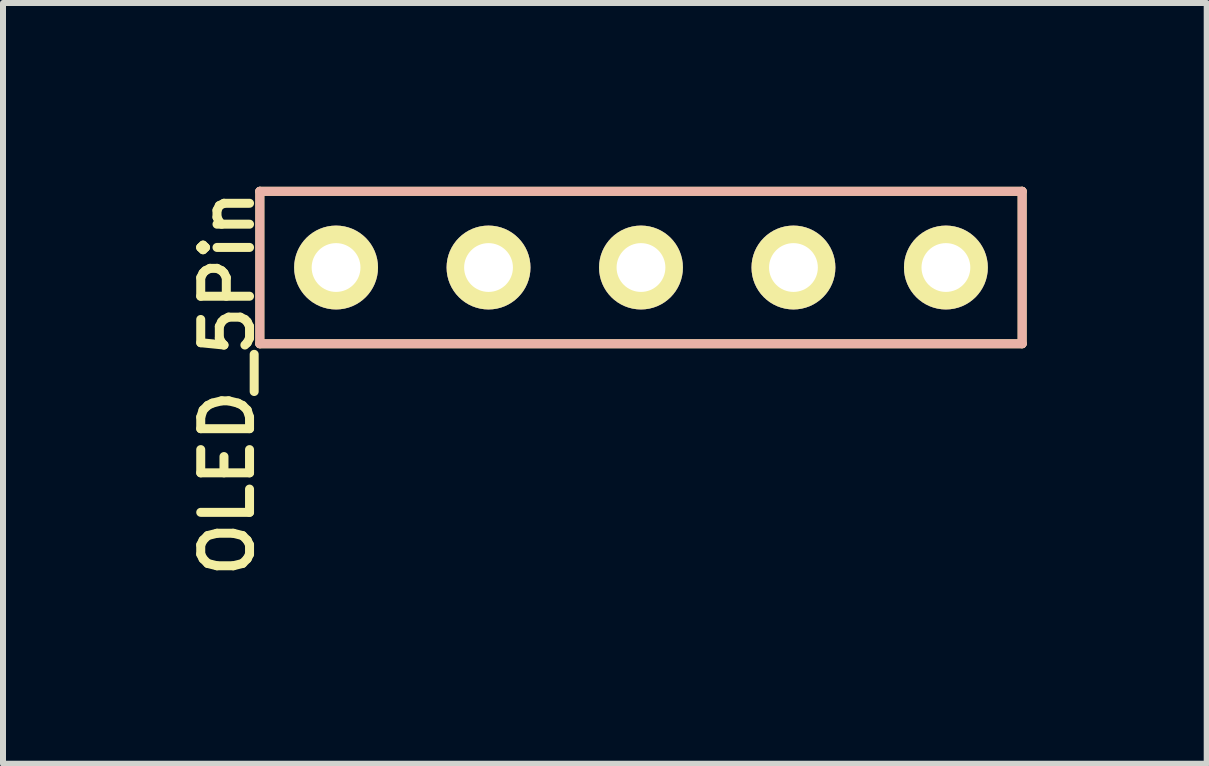
<source format=kicad_pcb>
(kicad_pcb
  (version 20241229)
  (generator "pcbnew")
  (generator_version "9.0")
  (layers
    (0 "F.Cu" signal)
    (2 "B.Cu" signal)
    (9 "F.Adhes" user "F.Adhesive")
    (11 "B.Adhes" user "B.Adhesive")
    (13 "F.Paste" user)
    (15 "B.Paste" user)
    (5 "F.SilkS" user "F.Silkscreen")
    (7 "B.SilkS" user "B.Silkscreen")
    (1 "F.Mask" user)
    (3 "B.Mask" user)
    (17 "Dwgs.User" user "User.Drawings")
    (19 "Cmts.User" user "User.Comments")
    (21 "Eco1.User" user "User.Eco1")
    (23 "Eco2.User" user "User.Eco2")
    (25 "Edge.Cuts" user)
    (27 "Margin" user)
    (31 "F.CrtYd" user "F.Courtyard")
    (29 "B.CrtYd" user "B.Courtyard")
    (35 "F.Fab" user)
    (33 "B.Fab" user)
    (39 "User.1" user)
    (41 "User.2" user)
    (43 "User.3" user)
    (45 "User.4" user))
  (footprint "OLED_5Pin"
    (layer "F.Cu")
    (at 5.089 1.407)
    (property "Reference" "OLED_5Pin" (at -4.35 1.93 90) (layer "F.SilkS") (effects (font (size 0.813 0.813) (thickness 0.15))))
    (attr through_hole)
    (fp_line (start -3.81 -1.27) (end 8.89 -1.27) (stroke (width 0.15) (type solid)) (layer "F.SilkS"))
    (fp_line (start -3.81 1.27) (end -3.81 -1.27) (stroke (width 0.15) (type solid)) (layer "F.SilkS"))
    (fp_line (start -3.81 1.27) (end 8.89 1.27) (stroke (width 0.15) (type solid)) (layer "F.SilkS"))
    (fp_line (start 8.89 -1.27) (end 8.89 1.27) (stroke (width 0.15) (type solid)) (layer "F.SilkS"))
    (fp_line (start -3.81 -1.27) (end -3.81 1.27) (stroke (width 0.15) (type solid)) (layer "B.SilkS"))
    (fp_line (start -3.81 -1.27) (end 8.89 -1.27) (stroke (width 0.15) (type solid)) (layer "B.SilkS"))
    (fp_line (start 8.89 -1.27) (end 8.89 1.27) (stroke (width 0.15) (type solid)) (layer "B.SilkS"))
    (fp_line (start 8.89 1.27) (end -3.81 1.27) (stroke (width 0.15) (type solid)) (layer "B.SilkS"))
    (pad "1" thru_hole circle (at -2.54 0) (size 1.397 1.397) (drill 0.813) (layers "*.Cu" "*.Mask" "F.SilkS"))
    (pad "2" thru_hole circle (at 0 0) (size 1.397 1.397) (drill 0.813) (layers "*.Cu" "*.Mask" "F.SilkS"))
    (pad "3" thru_hole circle (at 2.54 0) (size 1.397 1.397) (drill 0.813) (layers "*.Cu" "*.Mask" "F.SilkS"))
    (pad "4" thru_hole circle (at 5.08 0) (size 1.397 1.397) (drill 0.813) (layers "*.Cu" "*.Mask" "F.SilkS"))
    (pad "5" thru_hole circle (at 7.62 0) (size 1.397 1.397) (drill 0.813) (layers "*.Cu" "*.Mask" "F.SilkS")))
  (gr_rect
    (start -3 -3)
    (end 17.054 9.674)
    (stroke (width 0.1) (type default))
    (fill no)
    (layer "Edge.Cuts")))
</source>
